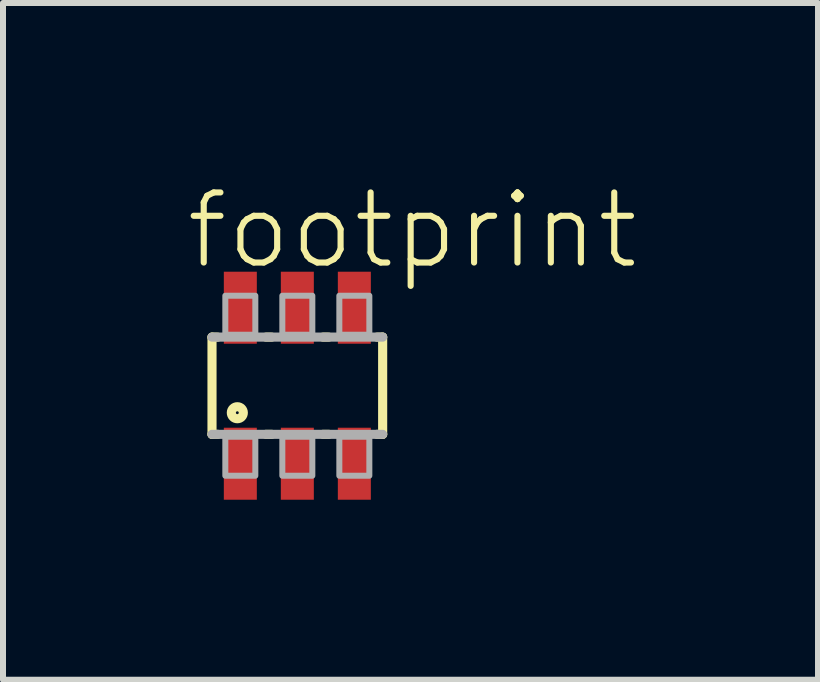
<source format=kicad_pcb>
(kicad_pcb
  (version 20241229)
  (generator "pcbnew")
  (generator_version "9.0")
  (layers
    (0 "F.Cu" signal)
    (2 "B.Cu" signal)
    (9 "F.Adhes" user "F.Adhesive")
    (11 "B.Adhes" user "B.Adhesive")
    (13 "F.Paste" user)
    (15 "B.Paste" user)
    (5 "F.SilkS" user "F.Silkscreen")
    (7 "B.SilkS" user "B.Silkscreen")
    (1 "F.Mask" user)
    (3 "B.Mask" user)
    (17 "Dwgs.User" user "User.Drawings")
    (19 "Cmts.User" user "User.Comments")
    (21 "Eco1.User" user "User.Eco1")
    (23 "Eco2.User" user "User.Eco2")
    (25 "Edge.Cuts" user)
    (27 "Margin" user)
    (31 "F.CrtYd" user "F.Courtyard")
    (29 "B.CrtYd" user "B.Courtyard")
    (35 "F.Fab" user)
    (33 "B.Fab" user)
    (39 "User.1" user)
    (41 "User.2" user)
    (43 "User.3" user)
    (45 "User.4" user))
  (footprint "footprint"
    (layer "F.Cu")
    (at 1.905 3.378)
    (property "Reference" "footprint" (at -1.905 -1.905 0) (layer "F.SilkS") (effects (font (size 1.168 1.168) (thickness 0.102)) (justify left bottom)))
    (fp_line (start -1.422 -0.81) (end -1.328 -0.81) (stroke (width 0.152) (type solid)) (layer "F.SilkS"))
    (fp_line (start -1.422 0.81) (end -1.422 -0.81) (stroke (width 0.152) (type solid)) (layer "F.SilkS"))
    (fp_line (start -1.328 0.81) (end -1.422 0.81) (stroke (width 0.152) (type solid)) (layer "F.SilkS"))
    (fp_line (start -0.522 -0.81) (end -0.428 -0.81) (stroke (width 0.152) (type solid)) (layer "F.SilkS"))
    (fp_line (start -0.428 0.81) (end -0.522 0.81) (stroke (width 0.152) (type solid)) (layer "F.SilkS"))
    (fp_line (start 0.428 -0.81) (end 0.522 -0.81) (stroke (width 0.152) (type solid)) (layer "F.SilkS"))
    (fp_line (start 0.522 0.81) (end 0.428 0.81) (stroke (width 0.152) (type solid)) (layer "F.SilkS"))
    (fp_line (start 1.328 -0.81) (end 1.422 -0.81) (stroke (width 0.152) (type solid)) (layer "F.SilkS"))
    (fp_line (start 1.422 -0.81) (end 1.422 0.81) (stroke (width 0.152) (type solid)) (layer "F.SilkS"))
    (fp_line (start 1.422 0.81) (end 1.328 0.81) (stroke (width 0.152) (type solid)) (layer "F.SilkS"))
    (fp_circle (center -1 0.45) (end -0.9 0.45) (stroke (width 0.152) (type solid)) (fill no) (layer "F.SilkS"))
    (fp_line (start -1.422 -0.81) (end 1.422 -0.81) (stroke (width 0.152) (type solid)) (layer "F.Fab"))
    (fp_line (start 1.422 0.81) (end -1.422 0.81) (stroke (width 0.152) (type solid)) (layer "F.Fab"))
    (fp_poly (pts (xy -1.2 -0.85) (xy -0.7 -0.85) (xy -0.7 -1.5) (xy -1.2 -1.5)) (stroke (width 0.1) (type solid)) (fill no) (layer "F.Fab"))
    (fp_poly (pts (xy -1.2 1.5) (xy -0.7 1.5) (xy -0.7 0.85) (xy -1.2 0.85)) (stroke (width 0.1) (type solid)) (fill no) (layer "F.Fab"))
    (fp_poly (pts (xy -0.25 -0.85) (xy 0.25 -0.85) (xy 0.25 -1.5) (xy -0.25 -1.5)) (stroke (width 0.1) (type solid)) (fill no) (layer "F.Fab"))
    (fp_poly (pts (xy -0.25 1.5) (xy 0.25 1.5) (xy 0.25 0.85) (xy -0.25 0.85)) (stroke (width 0.1) (type solid)) (fill no) (layer "F.Fab"))
    (fp_poly (pts (xy 0.7 -0.85) (xy 1.2 -0.85) (xy 1.2 -1.5) (xy 0.7 -1.5)) (stroke (width 0.1) (type solid)) (fill no) (layer "F.Fab"))
    (fp_poly (pts (xy 0.7 1.5) (xy 1.2 1.5) (xy 1.2 0.85) (xy 0.7 0.85)) (stroke (width 0.1) (type solid)) (fill no) (layer "F.Fab"))
    (pad "1" smd rect (at -0.95 1.3) (size 0.55 1.2) (layers "F.Cu" "F.Mask" "F.Paste"))
    (pad "2" smd rect (at 0 1.3) (size 0.55 1.2) (layers "F.Cu" "F.Mask" "F.Paste"))
    (pad "3" smd rect (at 0.95 1.3) (size 0.55 1.2) (layers "F.Cu" "F.Mask" "F.Paste"))
    (pad "4" smd rect (at 0.95 -1.3) (size 0.55 1.2) (layers "F.Cu" "F.Mask" "F.Paste"))
    (pad "5" smd rect (at 0 -1.3) (size 0.55 1.2) (layers "F.Cu" "F.Mask" "F.Paste"))
    (pad "6" smd rect (at -0.95 -1.3) (size 0.55 1.2) (layers "F.Cu" "F.Mask" "F.Paste")))
  (gr_rect
    (start -3 -3)
    (end 10.582 8.278)
    (stroke (width 0.1) (type default))
    (fill no)
    (layer "Edge.Cuts")))
</source>
